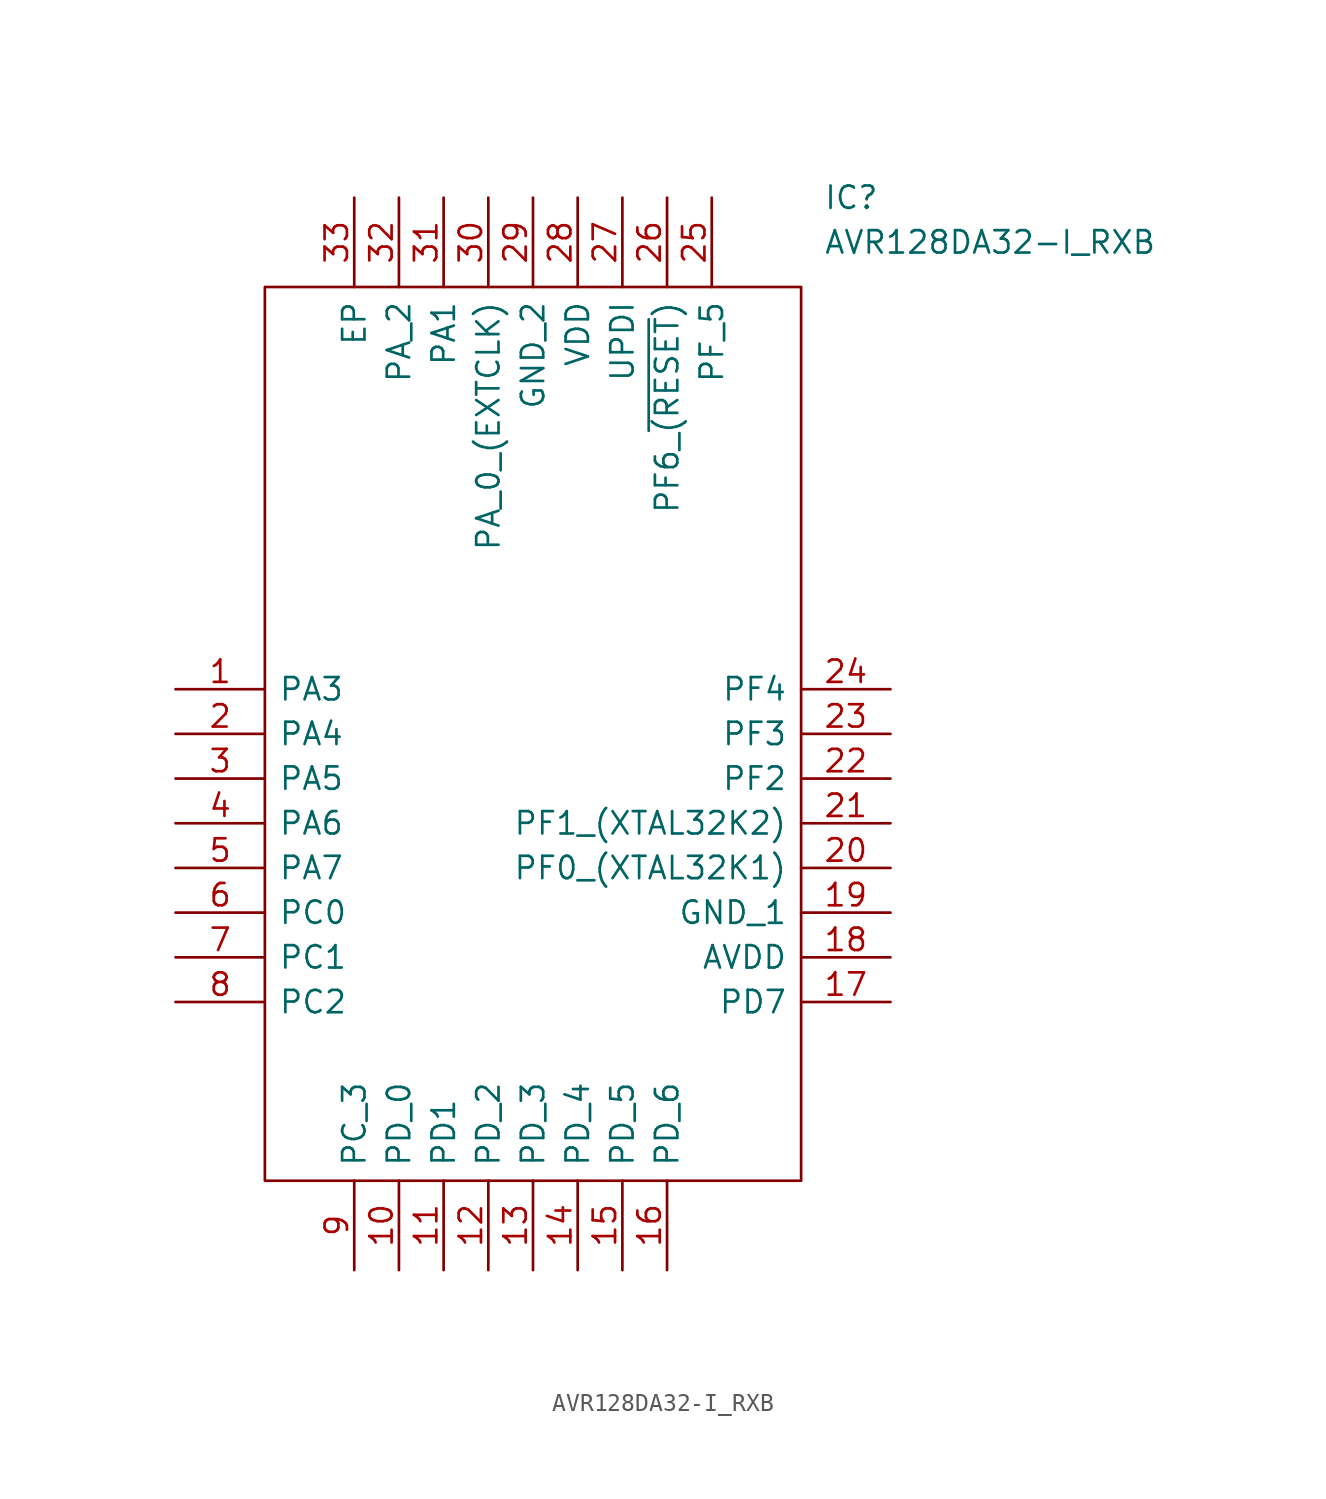
<source format=kicad_sym>
(kicad_symbol_lib
  (version 20211014)
  (generator kicad_symbol_editor)
  (symbol "AVR128DA32-I_RXB"
    (pin_names
      (offset 0.762))
    (property "Reference" "IC"
      (at 36.83 27.94 0)
      (effects (font (size 1.27 1.27)) (justify left)))
    (property "Value" "AVR128DA32-I_RXB"
      (at 36.83 25.4 0)
      (effects (font (size 1.27 1.27)) (justify left)))
    (symbol "AVR128DA32-I_RXB_0_0"
      (pin passive line (at 0 0 0) (length 5.08) (name "PA3" (effects (font (size 1.27 1.27)))) (number "1" (effects (font (size 1.27 1.27)))))
      (pin passive line (at 12.7 -33.02 90) (length 5.08) (name "PD_0" (effects (font (size 1.27 1.27)))) (number "10" (effects (font (size 1.27 1.27)))))
      (pin passive line (at 15.24 -33.02 90) (length 5.08) (name "PD1" (effects (font (size 1.27 1.27)))) (number "11" (effects (font (size 1.27 1.27)))))
      (pin passive line (at 17.78 -33.02 90) (length 5.08) (name "PD_2" (effects (font (size 1.27 1.27)))) (number "12" (effects (font (size 1.27 1.27)))))
      (pin passive line (at 20.32 -33.02 90) (length 5.08) (name "PD_3" (effects (font (size 1.27 1.27)))) (number "13" (effects (font (size 1.27 1.27)))))
      (pin passive line (at 22.86 -33.02 90) (length 5.08) (name "PD_4" (effects (font (size 1.27 1.27)))) (number "14" (effects (font (size 1.27 1.27)))))
      (pin passive line (at 25.4 -33.02 90) (length 5.08) (name "PD_5" (effects (font (size 1.27 1.27)))) (number "15" (effects (font (size 1.27 1.27)))))
      (pin passive line (at 27.94 -33.02 90) (length 5.08) (name "PD_6" (effects (font (size 1.27 1.27)))) (number "16" (effects (font (size 1.27 1.27)))))
      (pin passive line (at 40.64 -17.78 180) (length 5.08) (name "PD7" (effects (font (size 1.27 1.27)))) (number "17" (effects (font (size 1.27 1.27)))))
      (pin passive line (at 40.64 -15.24 180) (length 5.08) (name "AVDD" (effects (font (size 1.27 1.27)))) (number "18" (effects (font (size 1.27 1.27)))))
      (pin passive line (at 40.64 -12.7 180) (length 5.08) (name "GND_1" (effects (font (size 1.27 1.27)))) (number "19" (effects (font (size 1.27 1.27)))))
      (pin passive line (at 0 -2.54 0) (length 5.08) (name "PA4" (effects (font (size 1.27 1.27)))) (number "2" (effects (font (size 1.27 1.27)))))
      (pin passive line (at 40.64 -10.16 180) (length 5.08) (name "PF0_(XTAL32K1)" (effects (font (size 1.27 1.27)))) (number "20" (effects (font (size 1.27 1.27)))))
      (pin passive line (at 40.64 -7.62 180) (length 5.08) (name "PF1_(XTAL32K2)" (effects (font (size 1.27 1.27)))) (number "21" (effects (font (size 1.27 1.27)))))
      (pin passive line (at 40.64 -5.08 180) (length 5.08) (name "PF2" (effects (font (size 1.27 1.27)))) (number "22" (effects (font (size 1.27 1.27)))))
      (pin passive line (at 40.64 -2.54 180) (length 5.08) (name "PF3" (effects (font (size 1.27 1.27)))) (number "23" (effects (font (size 1.27 1.27)))))
      (pin passive line (at 40.64 0 180) (length 5.08) (name "PF4" (effects (font (size 1.27 1.27)))) (number "24" (effects (font (size 1.27 1.27)))))
      (pin passive line (at 30.48 27.94 270) (length 5.08) (name "PF_5" (effects (font (size 1.27 1.27)))) (number "25" (effects (font (size 1.27 1.27)))))
      (pin passive line (at 27.94 27.94 270) (length 5.08) (name "PF6_~{(RESET})" (effects (font (size 1.27 1.27)))) (number "26" (effects (font (size 1.27 1.27)))))
      (pin passive line (at 25.4 27.94 270) (length 5.08) (name "UPDI" (effects (font (size 1.27 1.27)))) (number "27" (effects (font (size 1.27 1.27)))))
      (pin passive line (at 22.86 27.94 270) (length 5.08) (name "VDD" (effects (font (size 1.27 1.27)))) (number "28" (effects (font (size 1.27 1.27)))))
      (pin passive line (at 20.32 27.94 270) (length 5.08) (name "GND_2" (effects (font (size 1.27 1.27)))) (number "29" (effects (font (size 1.27 1.27)))))
      (pin passive line (at 0 -5.08 0) (length 5.08) (name "PA5" (effects (font (size 1.27 1.27)))) (number "3" (effects (font (size 1.27 1.27)))))
      (pin passive line (at 17.78 27.94 270) (length 5.08) (name "PA_0_(EXTCLK)" (effects (font (size 1.27 1.27)))) (number "30" (effects (font (size 1.27 1.27)))))
      (pin passive line (at 15.24 27.94 270) (length 5.08) (name "PA1" (effects (font (size 1.27 1.27)))) (number "31" (effects (font (size 1.27 1.27)))))
      (pin passive line (at 12.7 27.94 270) (length 5.08) (name "PA_2" (effects (font (size 1.27 1.27)))) (number "32" (effects (font (size 1.27 1.27)))))
      (pin passive line (at 10.16 27.94 270) (length 5.08) (name "EP" (effects (font (size 1.27 1.27)))) (number "33" (effects (font (size 1.27 1.27)))))
      (pin passive line (at 0 -7.62 0) (length 5.08) (name "PA6" (effects (font (size 1.27 1.27)))) (number "4" (effects (font (size 1.27 1.27)))))
      (pin passive line (at 0 -10.16 0) (length 5.08) (name "PA7" (effects (font (size 1.27 1.27)))) (number "5" (effects (font (size 1.27 1.27)))))
      (pin passive line (at 0 -12.7 0) (length 5.08) (name "PC0" (effects (font (size 1.27 1.27)))) (number "6" (effects (font (size 1.27 1.27)))))
      (pin passive line (at 0 -15.24 0) (length 5.08) (name "PC1" (effects (font (size 1.27 1.27)))) (number "7" (effects (font (size 1.27 1.27)))))
      (pin passive line (at 0 -17.78 0) (length 5.08) (name "PC2" (effects (font (size 1.27 1.27)))) (number "8" (effects (font (size 1.27 1.27)))))
      (pin passive line (at 10.16 -33.02 90) (length 5.08) (name "PC_3" (effects (font (size 1.27 1.27)))) (number "9" (effects (font (size 1.27 1.27))))))
    (symbol "AVR128DA32-I_RXB_0_1"
      (polyline (pts (xy 5.08 22.86) (xy 35.56 22.86) (xy 35.56 -27.94) (xy 5.08 -27.94) (xy 5.08 22.86)) (stroke (width 0.152) (type default) (color 0 0 0 0)) (fill (type none))))))
</source>
